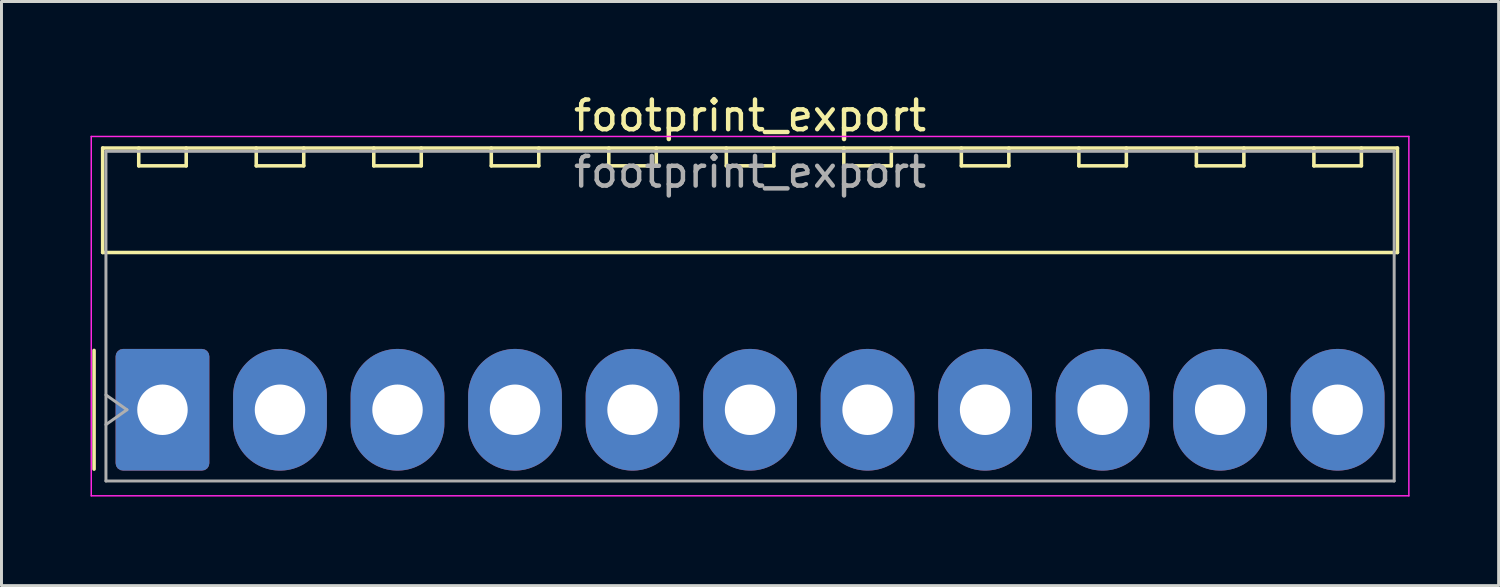
<source format=kicad_pcb>
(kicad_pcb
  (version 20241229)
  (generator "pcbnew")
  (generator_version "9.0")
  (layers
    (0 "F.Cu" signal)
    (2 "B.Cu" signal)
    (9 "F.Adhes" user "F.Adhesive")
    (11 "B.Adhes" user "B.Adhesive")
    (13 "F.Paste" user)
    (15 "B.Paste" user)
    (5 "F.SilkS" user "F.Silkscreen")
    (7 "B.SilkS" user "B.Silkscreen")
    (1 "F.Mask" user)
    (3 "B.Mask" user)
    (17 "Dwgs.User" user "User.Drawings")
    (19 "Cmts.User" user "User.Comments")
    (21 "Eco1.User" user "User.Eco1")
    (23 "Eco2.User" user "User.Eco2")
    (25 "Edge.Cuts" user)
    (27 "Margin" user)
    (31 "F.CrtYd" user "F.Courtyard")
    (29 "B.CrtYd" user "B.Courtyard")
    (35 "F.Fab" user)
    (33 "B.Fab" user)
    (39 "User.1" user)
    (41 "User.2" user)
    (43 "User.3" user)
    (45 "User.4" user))
  (footprint "footprint_export"
    (layer "F.Cu")
    (at 2.425 10.758)
    (property "Reference" "footprint_export" (at 19.8 -9.91 0) (layer "F.SilkS") (effects (font (size 1 1) (thickness 0.15))))
    (attr through_hole)
    (fp_line (start -2.305 -2) (end -2.305 2) (stroke (width 0.12) (type solid)) (layer "F.SilkS"))
    (fp_line (start -2.015 -8.82) (end 41.615 -8.82) (stroke (width 0.12) (type solid)) (layer "F.SilkS"))
    (fp_line (start -2.015 -5.3) (end -2.015 -8.82) (stroke (width 0.12) (type solid)) (layer "F.SilkS"))
    (fp_line (start -0.8 -8.82) (end -0.8 -8.22) (stroke (width 0.12) (type solid)) (layer "F.SilkS"))
    (fp_line (start -0.8 -8.22) (end 0.8 -8.22) (stroke (width 0.12) (type solid)) (layer "F.SilkS"))
    (fp_line (start 0.8 -8.22) (end 0.8 -8.82) (stroke (width 0.12) (type solid)) (layer "F.SilkS"))
    (fp_line (start 3.16 -8.82) (end 3.16 -8.22) (stroke (width 0.12) (type solid)) (layer "F.SilkS"))
    (fp_line (start 3.16 -8.22) (end 4.76 -8.22) (stroke (width 0.12) (type solid)) (layer "F.SilkS"))
    (fp_line (start 4.76 -8.22) (end 4.76 -8.82) (stroke (width 0.12) (type solid)) (layer "F.SilkS"))
    (fp_line (start 7.12 -8.82) (end 7.12 -8.22) (stroke (width 0.12) (type solid)) (layer "F.SilkS"))
    (fp_line (start 7.12 -8.22) (end 8.72 -8.22) (stroke (width 0.12) (type solid)) (layer "F.SilkS"))
    (fp_line (start 8.72 -8.22) (end 8.72 -8.82) (stroke (width 0.12) (type solid)) (layer "F.SilkS"))
    (fp_line (start 11.08 -8.82) (end 11.08 -8.22) (stroke (width 0.12) (type solid)) (layer "F.SilkS"))
    (fp_line (start 11.08 -8.22) (end 12.68 -8.22) (stroke (width 0.12) (type solid)) (layer "F.SilkS"))
    (fp_line (start 12.68 -8.22) (end 12.68 -8.82) (stroke (width 0.12) (type solid)) (layer "F.SilkS"))
    (fp_line (start 15.04 -8.82) (end 15.04 -8.22) (stroke (width 0.12) (type solid)) (layer "F.SilkS"))
    (fp_line (start 15.04 -8.22) (end 16.64 -8.22) (stroke (width 0.12) (type solid)) (layer "F.SilkS"))
    (fp_line (start 16.64 -8.22) (end 16.64 -8.82) (stroke (width 0.12) (type solid)) (layer "F.SilkS"))
    (fp_line (start 19 -8.82) (end 19 -8.22) (stroke (width 0.12) (type solid)) (layer "F.SilkS"))
    (fp_line (start 19 -8.22) (end 20.6 -8.22) (stroke (width 0.12) (type solid)) (layer "F.SilkS"))
    (fp_line (start 20.6 -8.22) (end 20.6 -8.82) (stroke (width 0.12) (type solid)) (layer "F.SilkS"))
    (fp_line (start 22.96 -8.82) (end 22.96 -8.22) (stroke (width 0.12) (type solid)) (layer "F.SilkS"))
    (fp_line (start 22.96 -8.22) (end 24.56 -8.22) (stroke (width 0.12) (type solid)) (layer "F.SilkS"))
    (fp_line (start 24.56 -8.22) (end 24.56 -8.82) (stroke (width 0.12) (type solid)) (layer "F.SilkS"))
    (fp_line (start 26.92 -8.82) (end 26.92 -8.22) (stroke (width 0.12) (type solid)) (layer "F.SilkS"))
    (fp_line (start 26.92 -8.22) (end 28.52 -8.22) (stroke (width 0.12) (type solid)) (layer "F.SilkS"))
    (fp_line (start 28.52 -8.22) (end 28.52 -8.82) (stroke (width 0.12) (type solid)) (layer "F.SilkS"))
    (fp_line (start 30.88 -8.82) (end 30.88 -8.22) (stroke (width 0.12) (type solid)) (layer "F.SilkS"))
    (fp_line (start 30.88 -8.22) (end 32.48 -8.22) (stroke (width 0.12) (type solid)) (layer "F.SilkS"))
    (fp_line (start 32.48 -8.22) (end 32.48 -8.82) (stroke (width 0.12) (type solid)) (layer "F.SilkS"))
    (fp_line (start 34.84 -8.82) (end 34.84 -8.22) (stroke (width 0.12) (type solid)) (layer "F.SilkS"))
    (fp_line (start 34.84 -8.22) (end 36.44 -8.22) (stroke (width 0.12) (type solid)) (layer "F.SilkS"))
    (fp_line (start 36.44 -8.22) (end 36.44 -8.82) (stroke (width 0.12) (type solid)) (layer "F.SilkS"))
    (fp_line (start 38.8 -8.82) (end 38.8 -8.22) (stroke (width 0.12) (type solid)) (layer "F.SilkS"))
    (fp_line (start 38.8 -8.22) (end 40.4 -8.22) (stroke (width 0.12) (type solid)) (layer "F.SilkS"))
    (fp_line (start 40.4 -8.22) (end 40.4 -8.82) (stroke (width 0.12) (type solid)) (layer "F.SilkS"))
    (fp_line (start 41.615 -8.82) (end 41.615 -5.3) (stroke (width 0.12) (type solid)) (layer "F.SilkS"))
    (fp_line (start 41.615 -5.3) (end -2.015 -5.3) (stroke (width 0.12) (type solid)) (layer "F.SilkS"))
    (fp_line (start -2.4 -9.21) (end -2.4 2.9) (stroke (width 0.05) (type solid)) (layer "F.CrtYd"))
    (fp_line (start -2.4 2.9) (end 42 2.9) (stroke (width 0.05) (type solid)) (layer "F.CrtYd"))
    (fp_line (start 42 -9.21) (end -2.4 -9.21) (stroke (width 0.05) (type solid)) (layer "F.CrtYd"))
    (fp_line (start 42 2.9) (end 42 -9.21) (stroke (width 0.05) (type solid)) (layer "F.CrtYd"))
    (fp_line (start -1.905 -8.71) (end 41.505 -8.71) (stroke (width 0.1) (type solid)) (layer "F.Fab"))
    (fp_line (start -1.905 -0.5) (end -1.198 0) (stroke (width 0.1) (type solid)) (layer "F.Fab"))
    (fp_line (start -1.905 2.4) (end -1.905 -8.71) (stroke (width 0.1) (type solid)) (layer "F.Fab"))
    (fp_line (start -1.198 0) (end -1.905 0.5) (stroke (width 0.1) (type solid)) (layer "F.Fab"))
    (fp_line (start 41.505 -8.71) (end 41.505 2.4) (stroke (width 0.1) (type solid)) (layer "F.Fab"))
    (fp_line (start 41.505 2.4) (end -1.905 2.4) (stroke (width 0.1) (type solid)) (layer "F.Fab"))
    (fp_text user "${REFERENCE}" (at 19.8 -8.01 0) (layer "F.Fab") (effects (font (size 1 1) (thickness 0.15))))
    (pad "1" thru_hole roundrect (at 0 0) (size 3.16 4.1) (drill 1.7) (layers "*.Cu" "*.Mask") (roundrect_rratio 0.079))
    (pad "2" thru_hole oval (at 3.96 0) (size 3.16 4.1) (drill 1.7) (layers "*.Cu" "*.Mask"))
    (pad "3" thru_hole oval (at 7.92 0) (size 3.16 4.1) (drill 1.7) (layers "*.Cu" "*.Mask"))
    (pad "4" thru_hole oval (at 11.88 0) (size 3.16 4.1) (drill 1.7) (layers "*.Cu" "*.Mask"))
    (pad "5" thru_hole oval (at 15.84 0) (size 3.16 4.1) (drill 1.7) (layers "*.Cu" "*.Mask"))
    (pad "6" thru_hole oval (at 19.8 0) (size 3.16 4.1) (drill 1.7) (layers "*.Cu" "*.Mask"))
    (pad "7" thru_hole oval (at 23.76 0) (size 3.16 4.1) (drill 1.7) (layers "*.Cu" "*.Mask"))
    (pad "8" thru_hole oval (at 27.72 0) (size 3.16 4.1) (drill 1.7) (layers "*.Cu" "*.Mask"))
    (pad "9" thru_hole oval (at 31.68 0) (size 3.16 4.1) (drill 1.7) (layers "*.Cu" "*.Mask"))
    (pad "10" thru_hole oval (at 35.64 0) (size 3.16 4.1) (drill 1.7) (layers "*.Cu" "*.Mask"))
    (pad "11" thru_hole oval (at 39.6 0) (size 3.16 4.1) (drill 1.7) (layers "*.Cu" "*.Mask")))
  (gr_rect
    (start -3 -3)
    (end 47.45 16.683)
    (stroke (width 0.1) (type default))
    (fill no)
    (layer "Edge.Cuts")))
</source>
